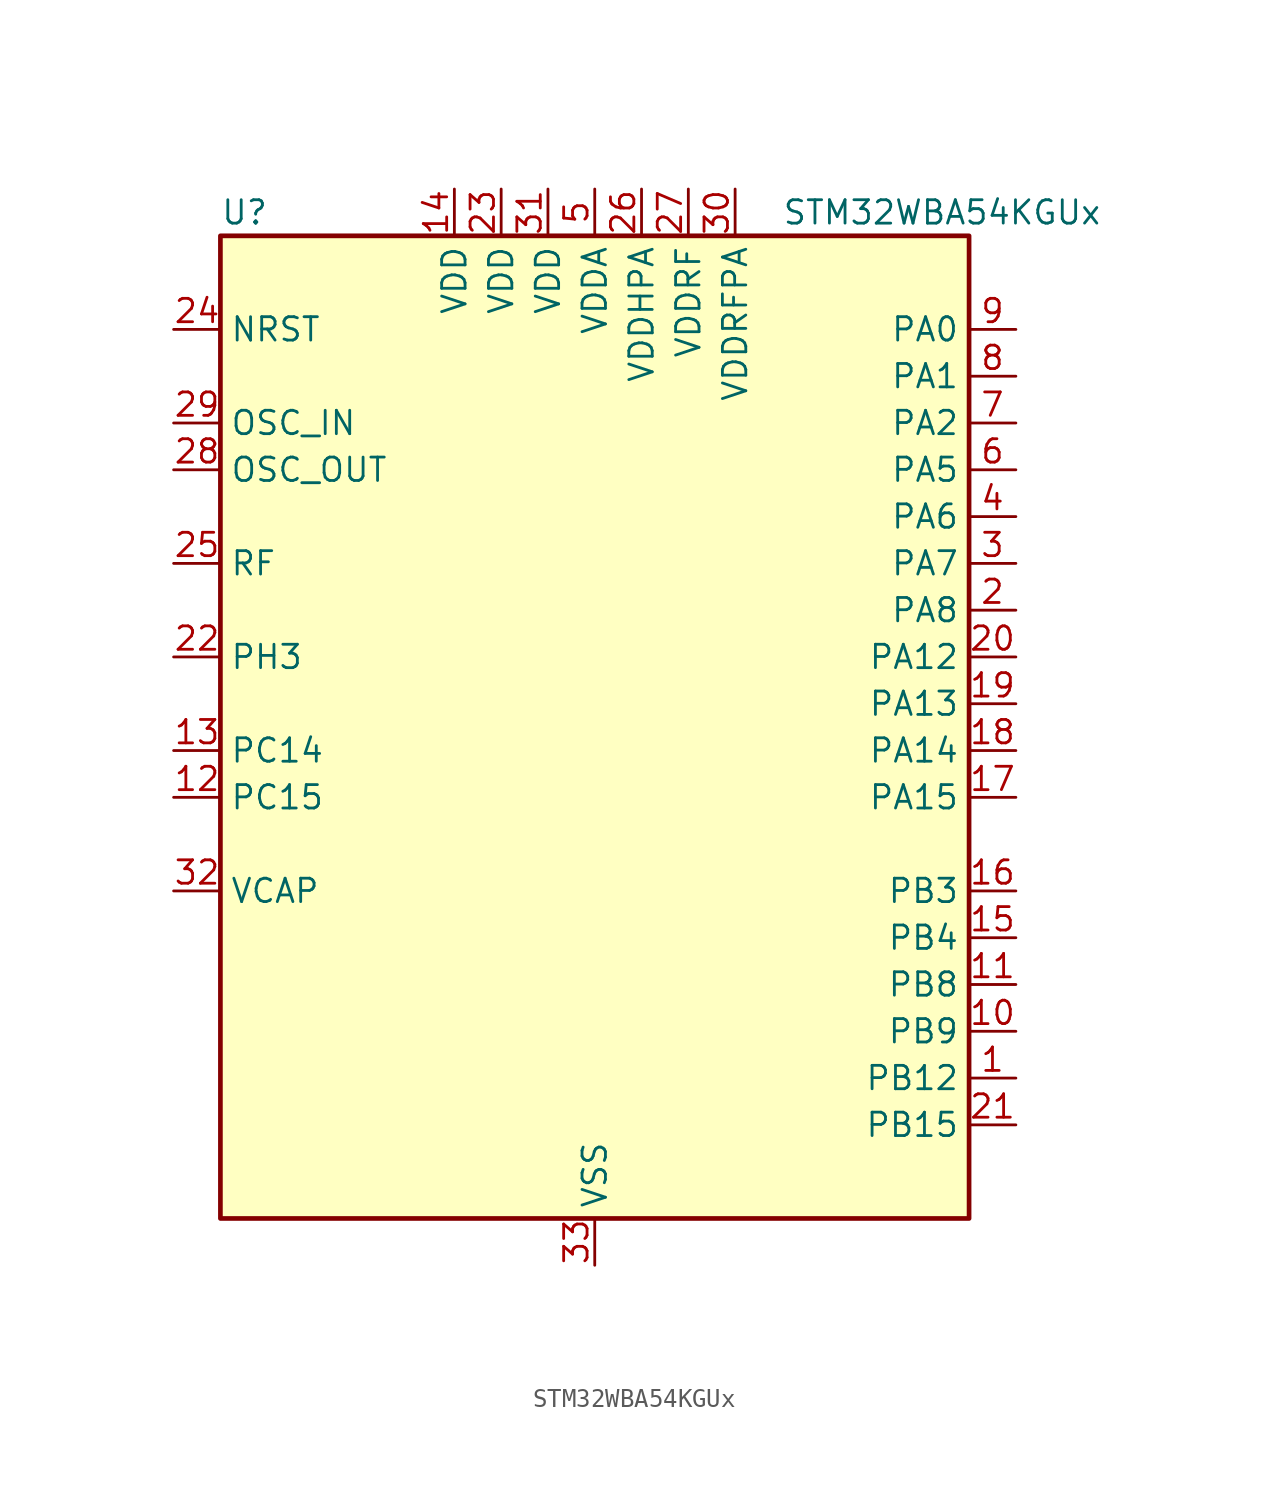
<source format=kicad_sym>
(kicad_symbol_lib
  (version 20231120)
  (generator "kicad-library-utils")
  (generator_version "8.0")
  (symbol "STM32WBA54KGUx"
    (property "Reference" "U"
      (at -20.32 29.21 0)
      (effects (font (size 1.27 1.27)) (justify left)))
    (property "Value" "STM32WBA54KGUx"
      (at 10.16 29.21 0)
      (effects (font (size 1.27 1.27)) (justify left)))
    (symbol "STM32WBA54KGUx_0_1"
      (rectangle (start -20.32 -25.4) (end 20.32 27.94) (stroke (width 0.254) (type default)) (fill (type background))))
    (symbol "STM32WBA54KGUx_1_1"
      (pin bidirectional line (at 22.86 -17.78 180) (length 2.54) (name "PB12" (effects (font (size 1.27 1.27)))) (number "1" (effects (font (size 1.27 1.27)))) (alternate "SAI1_SD_A" bidirectional line) (alternate "SPI1_RDY" bidirectional line) (alternate "TIM2_CH1" bidirectional line) (alternate "TIM2_ETR" bidirectional line) (alternate "TIM3_ETR" bidirectional line) (alternate "TSC_SYNC" bidirectional line) (alternate "USART1_TX" bidirectional line))
      (pin bidirectional line (at 22.86 -15.24 180) (length 2.54) (name "PB9" (effects (font (size 1.27 1.27)))) (number "10" (effects (font (size 1.27 1.27)))) (alternate "ADC4_IN10" bidirectional line) (alternate "COMP2_INM" bidirectional line) (alternate "IR_OUT" bidirectional line) (alternate "LPTIM2_IN1" bidirectional line) (alternate "LPUART1_DE" bidirectional line) (alternate "LPUART1_RTS" bidirectional line) (alternate "PWR_WKUP8" bidirectional line) (alternate "SPI3_MISO" bidirectional line) (alternate "TIM16_CH1" bidirectional line) (alternate "TIM1_CH3N" bidirectional line) (alternate "TIM3_CH4" bidirectional line) (alternate "TSC_G2_IO3" bidirectional line))
      (pin bidirectional line (at 22.86 -12.7 180) (length 2.54) (name "PB8" (effects (font (size 1.27 1.27)))) (number "11" (effects (font (size 1.27 1.27)))) (alternate "COMP1_OUT" bidirectional line) (alternate "LPTIM1_ETR" bidirectional line) (alternate "PWR_PVD_IN" bidirectional line) (alternate "SPI3_MOSI" bidirectional line) (alternate "TIM16_CH1N" bidirectional line) (alternate "TIM1_CH1" bidirectional line) (alternate "TIM3_ETR" bidirectional line) (alternate "TSC_G2_IO4" bidirectional line) (alternate "USART2_RX" bidirectional line))
      (pin bidirectional line (at -22.86 -2.54 0) (length 2.54) (name "PC15" (effects (font (size 1.27 1.27)))) (number "12" (effects (font (size 1.27 1.27)))) (alternate "ADC4_EXTI15" bidirectional line) (alternate "RCC_OSC32_OUT" bidirectional line))
      (pin bidirectional line (at -22.86 0 0) (length 2.54) (name "PC14" (effects (font (size 1.27 1.27)))) (number "13" (effects (font (size 1.27 1.27)))) (alternate "RCC_OSC32_IN" bidirectional line))
      (pin power_in line (at -7.62 30.48 270) (length 2.54) (name "VDD" (effects (font (size 1.27 1.27)))) (number "14" (effects (font (size 1.27 1.27)))))
      (pin bidirectional line (at 22.86 -10.16 180) (length 2.54) (name "PB4" (effects (font (size 1.27 1.27)))) (number "15" (effects (font (size 1.27 1.27)))) (alternate "DEBUG_JTRST" bidirectional line) (alternate "LPTIM2_IN2" bidirectional line) (alternate "PTA_ACTIVE" bidirectional line) (alternate "PTA_PRIORITY" bidirectional line) (alternate "SAI1_MCLK_B" bidirectional line) (alternate "SPI1_SCK" bidirectional line) (alternate "TIM17_CH1" bidirectional line) (alternate "TIM1_CH3" bidirectional line) (alternate "TSC_G3_IO1" bidirectional line) (alternate "USART2_RX" bidirectional line))
      (pin bidirectional line (at 22.86 -7.62 180) (length 2.54) (name "PB3" (effects (font (size 1.27 1.27)))) (number "16" (effects (font (size 1.27 1.27)))) (alternate "DEBUG_JTDO-SWO" bidirectional line) (alternate "I2C1_SDA" bidirectional line) (alternate "LPTIM1_IN2" bidirectional line) (alternate "PTA_ACTIVE" bidirectional line) (alternate "SPI1_MISO" bidirectional line) (alternate "TIM17_CH1N" bidirectional line) (alternate "TIM1_CH4" bidirectional line) (alternate "TSC_G3_IO2" bidirectional line) (alternate "USART2_CK" bidirectional line))
      (pin bidirectional line (at 22.86 -2.54 180) (length 2.54) (name "PA15" (effects (font (size 1.27 1.27)))) (number "17" (effects (font (size 1.27 1.27)))) (alternate "ADC4_EXTI15" bidirectional line) (alternate "DEBUG_JTDI" bidirectional line) (alternate "I2C1_SCL" bidirectional line) (alternate "LPTIM1_CH2" bidirectional line) (alternate "PTA_STATUS" bidirectional line) (alternate "SPI1_MOSI" bidirectional line) (alternate "TIM17_BKIN" bidirectional line) (alternate "TIM1_ETR" bidirectional line) (alternate "TSC_G3_IO3" bidirectional line) (alternate "USART2_DE" bidirectional line) (alternate "USART2_RTS" bidirectional line))
      (pin bidirectional line (at 22.86 0 180) (length 2.54) (name "PA14" (effects (font (size 1.27 1.27)))) (number "18" (effects (font (size 1.27 1.27)))) (alternate "COMP2_OUT" bidirectional line) (alternate "DEBUG_JTCK-SWCLK" bidirectional line) (alternate "PTA_STATUS" bidirectional line) (alternate "TAMP_IN3" bidirectional line) (alternate "TAMP_OUT6" bidirectional line) (alternate "USART2_TX" bidirectional line))
      (pin bidirectional line (at 22.86 2.54 180) (length 2.54) (name "PA13" (effects (font (size 1.27 1.27)))) (number "19" (effects (font (size 1.27 1.27)))) (alternate "DEBUG_JTMS-SWDIO" bidirectional line) (alternate "IR_OUT" bidirectional line) (alternate "PTA_PRIORITY" bidirectional line))
      (pin bidirectional line (at 22.86 7.62 180) (length 2.54) (name "PA8" (effects (font (size 1.27 1.27)))) (number "2" (effects (font (size 1.27 1.27)))) (alternate "ADC4_IN1" bidirectional line) (alternate "LPTIM1_CH2" bidirectional line) (alternate "RCC_MCO" bidirectional line) (alternate "SAI1_FS_A" bidirectional line) (alternate "SPI3_RDY" bidirectional line) (alternate "TIM2_CH2" bidirectional line) (alternate "TSC_G1_IO1" bidirectional line) (alternate "USART1_RX" bidirectional line))
      (pin bidirectional line (at 22.86 5.08 180) (length 2.54) (name "PA12" (effects (font (size 1.27 1.27)))) (number "20" (effects (font (size 1.27 1.27)))) (alternate "COMP2_OUT" bidirectional line) (alternate "PTA_STATUS" bidirectional line) (alternate "PWR_WKUP6" bidirectional line) (alternate "RF_ANTSW0" bidirectional line) (alternate "SPI1_NSS" bidirectional line) (alternate "TIM1_CH2" bidirectional line) (alternate "TSC_G3_IO4" bidirectional line) (alternate "USART2_TX" bidirectional line))
      (pin bidirectional line (at 22.86 -20.32 180) (length 2.54) (name "PB15" (effects (font (size 1.27 1.27)))) (number "21" (effects (font (size 1.27 1.27)))) (alternate "ADC4_EXTI15" bidirectional line) (alternate "I2C1_SMBA" bidirectional line) (alternate "I2C3_SMBA" bidirectional line) (alternate "LPUART1_CTS" bidirectional line) (alternate "PTA_GRANT" bidirectional line) (alternate "RF_EXTPABYP" bidirectional line) (alternate "TIM16_BKIN" bidirectional line) (alternate "TIM1_BKIN2" bidirectional line) (alternate "USART2_CTS" bidirectional line))
      (pin bidirectional line (at -22.86 5.08 0) (length 2.54) (name "PH3" (effects (font (size 1.27 1.27)))) (number "22" (effects (font (size 1.27 1.27)))) (alternate "PTA_GRANT" bidirectional line) (alternate "RF_EXTPABYP" bidirectional line) (alternate "TAMP_IN2" bidirectional line) (alternate "TAMP_OUT1" bidirectional line))
      (pin power_in line (at -5.08 30.48 270) (length 2.54) (name "VDD" (effects (font (size 1.27 1.27)))) (number "23" (effects (font (size 1.27 1.27)))))
      (pin input line (at -22.86 22.86 0) (length 2.54) (name "NRST" (effects (font (size 1.27 1.27)))) (number "24" (effects (font (size 1.27 1.27)))))
      (pin bidirectional line (at -22.86 10.16 0) (length 2.54) (name "RF" (effects (font (size 1.27 1.27)))) (number "25" (effects (font (size 1.27 1.27)))))
      (pin power_in line (at 2.54 30.48 270) (length 2.54) (name "VDDHPA" (effects (font (size 1.27 1.27)))) (number "26" (effects (font (size 1.27 1.27)))))
      (pin power_in line (at 5.08 30.48 270) (length 2.54) (name "VDDRF" (effects (font (size 1.27 1.27)))) (number "27" (effects (font (size 1.27 1.27)))))
      (pin input line (at -22.86 15.24 0) (length 2.54) (name "OSC_OUT" (effects (font (size 1.27 1.27)))) (number "28" (effects (font (size 1.27 1.27)))) (alternate "RCC_OSC_OUT" bidirectional line))
      (pin input line (at -22.86 17.78 0) (length 2.54) (name "OSC_IN" (effects (font (size 1.27 1.27)))) (number "29" (effects (font (size 1.27 1.27)))) (alternate "RCC_OSC_IN" bidirectional line))
      (pin bidirectional line (at 22.86 10.16 180) (length 2.54) (name "PA7" (effects (font (size 1.27 1.27)))) (number "3" (effects (font (size 1.27 1.27)))) (alternate "ADC4_IN2" bidirectional line) (alternate "COMP1_OUT" bidirectional line) (alternate "I2C3_SDA" bidirectional line) (alternate "PWR_WKUP8" bidirectional line) (alternate "SAI1_SCK_A" bidirectional line) (alternate "TAMP_IN1" bidirectional line) (alternate "TAMP_OUT2" bidirectional line) (alternate "TIM2_CH3" bidirectional line) (alternate "TSC_G1_IO2" bidirectional line) (alternate "USART1_CTS" bidirectional line))
      (pin power_in line (at 7.62 30.48 270) (length 2.54) (name "VDDRFPA" (effects (font (size 1.27 1.27)))) (number "30" (effects (font (size 1.27 1.27)))))
      (pin power_in line (at -2.54 30.48 270) (length 2.54) (name "VDD" (effects (font (size 1.27 1.27)))) (number "31" (effects (font (size 1.27 1.27)))))
      (pin power_out line (at -22.86 -7.62 0) (length 2.54) (name "VCAP" (effects (font (size 1.27 1.27)))) (number "32" (effects (font (size 1.27 1.27)))))
      (pin power_in line (at 0 -27.94 90) (length 2.54) (name "VSS" (effects (font (size 1.27 1.27)))) (number "33" (effects (font (size 1.27 1.27)))))
      (pin bidirectional line (at 22.86 12.7 180) (length 2.54) (name "PA6" (effects (font (size 1.27 1.27)))) (number "4" (effects (font (size 1.27 1.27)))) (alternate "ADC4_IN3" bidirectional line) (alternate "I2C3_SCL" bidirectional line) (alternate "PWR_CSTOP" bidirectional line) (alternate "PWR_WKUP7" bidirectional line) (alternate "SAI1_CK2" bidirectional line) (alternate "SAI1_MCLK_A" bidirectional line) (alternate "SPI3_RDY" bidirectional line) (alternate "TIM2_CH4" bidirectional line) (alternate "TSC_G1_IO3" bidirectional line) (alternate "USART1_DE" bidirectional line) (alternate "USART1_RTS" bidirectional line))
      (pin power_in line (at 0 30.48 270) (length 2.54) (name "VDDA" (effects (font (size 1.27 1.27)))) (number "5" (effects (font (size 1.27 1.27)))))
      (pin bidirectional line (at 22.86 15.24 180) (length 2.54) (name "PA5" (effects (font (size 1.27 1.27)))) (number "6" (effects (font (size 1.27 1.27)))) (alternate "ADC4_IN4" bidirectional line) (alternate "AUDIOCLK" bidirectional line) (alternate "LPTIM2_ETR" bidirectional line) (alternate "PWR_CSLEEP" bidirectional line) (alternate "PWR_WKUP6" bidirectional line) (alternate "SAI1_D2" bidirectional line) (alternate "SPI3_NSS" bidirectional line) (alternate "TIM2_CH1" bidirectional line) (alternate "TIM2_ETR" bidirectional line) (alternate "TSC_G1_IO4" bidirectional line) (alternate "USART1_CK" bidirectional line))
      (pin bidirectional line (at 22.86 17.78 180) (length 2.54) (name "PA2" (effects (font (size 1.27 1.27)))) (number "7" (effects (font (size 1.27 1.27)))) (alternate "ADC4_IN7" bidirectional line) (alternate "COMP1_INP" bidirectional line) (alternate "LPUART1_TX" bidirectional line) (alternate "PWR_WKUP4" bidirectional line) (alternate "RCC_LSCO" bidirectional line) (alternate "SAI1_D1" bidirectional line) (alternate "TIM16_CH1" bidirectional line) (alternate "TIM1_BKIN" bidirectional line) (alternate "TIM3_CH1" bidirectional line) (alternate "TSC_G4_IO4" bidirectional line) (alternate "USART1_DE" bidirectional line) (alternate "USART1_RTS" bidirectional line))
      (pin bidirectional line (at 22.86 20.32 180) (length 2.54) (name "PA1" (effects (font (size 1.27 1.27)))) (number "8" (effects (font (size 1.27 1.27)))) (alternate "ADC4_IN8" bidirectional line) (alternate "COMP1_INM" bidirectional line) (alternate "LPTIM2_CH2" bidirectional line) (alternate "LPUART1_RX" bidirectional line) (alternate "PWR_WKUP3" bidirectional line) (alternate "SAI1_CK1" bidirectional line) (alternate "SPI1_RDY" bidirectional line) (alternate "TIM17_CH1" bidirectional line) (alternate "TIM1_CH1N" bidirectional line) (alternate "TIM3_CH2" bidirectional line) (alternate "TSC_G2_IO1" bidirectional line) (alternate "USART1_CK" bidirectional line))
      (pin bidirectional line (at 22.86 22.86 180) (length 2.54) (name "PA0" (effects (font (size 1.27 1.27)))) (number "9" (effects (font (size 1.27 1.27)))) (alternate "ADC4_IN9" bidirectional line) (alternate "COMP2_INP" bidirectional line) (alternate "LPTIM1_IN1" bidirectional line) (alternate "LPUART1_CTS" bidirectional line) (alternate "PWR_WKUP1" bidirectional line) (alternate "SPI3_SCK" bidirectional line) (alternate "TIM1_CH2N" bidirectional line) (alternate "TIM3_CH3" bidirectional line) (alternate "TIM3_ETR" bidirectional line) (alternate "TSC_G2_IO2" bidirectional line)))))
</source>
